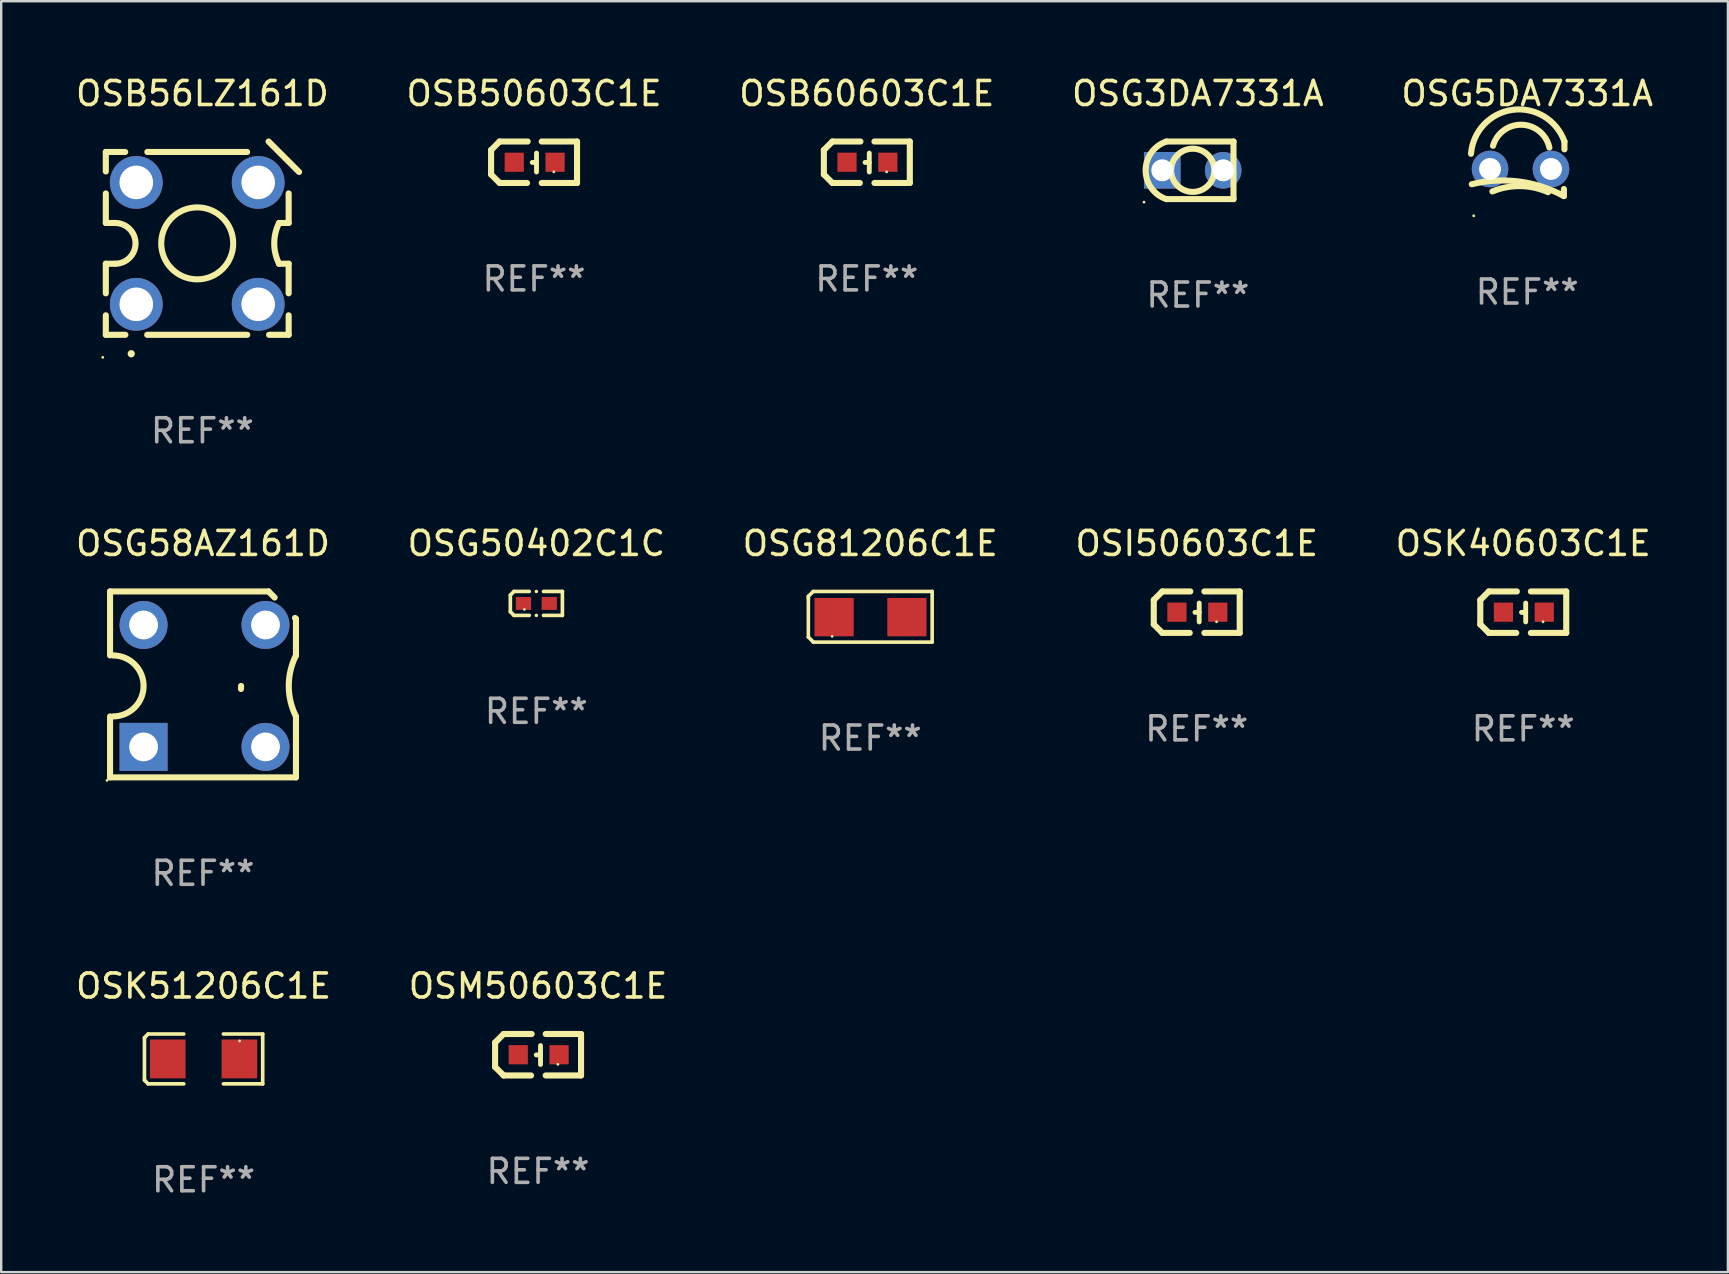
<source format=kicad_pcb>
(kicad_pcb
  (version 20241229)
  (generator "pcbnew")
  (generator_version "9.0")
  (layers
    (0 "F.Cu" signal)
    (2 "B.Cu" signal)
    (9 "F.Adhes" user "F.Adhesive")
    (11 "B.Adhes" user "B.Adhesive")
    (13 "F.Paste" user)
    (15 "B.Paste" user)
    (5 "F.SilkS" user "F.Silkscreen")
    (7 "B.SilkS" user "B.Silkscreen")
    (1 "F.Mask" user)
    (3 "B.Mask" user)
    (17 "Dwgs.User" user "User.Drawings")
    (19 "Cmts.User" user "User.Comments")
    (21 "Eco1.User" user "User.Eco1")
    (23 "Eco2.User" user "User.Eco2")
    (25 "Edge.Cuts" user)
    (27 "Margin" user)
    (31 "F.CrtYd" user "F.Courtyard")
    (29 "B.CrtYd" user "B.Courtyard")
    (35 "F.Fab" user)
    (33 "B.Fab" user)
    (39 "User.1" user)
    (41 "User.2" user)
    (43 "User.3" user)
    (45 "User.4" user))
  (footprint "OSG58AZ161D"
    (layer "F.Cu")
    (at 5.411 25.474)
    (property "Reference" "OSG58AZ161D" (at 0 -5.874 0) (layer "F.SilkS") (effects (font (size 1 1) (thickness 0.15))))
    (attr through_hole)
    (fp_line (start -3.874 -3.874) (end 2.731 -3.874) (stroke (width 0.254) (type solid)) (layer "F.SilkS"))
    (fp_line (start -3.874 -1.207) (end -3.874 -3.874) (stroke (width 0.254) (type solid)) (layer "F.SilkS"))
    (fp_line (start -3.874 3.874) (end -3.874 1.334) (stroke (width 0.254) (type solid)) (layer "F.SilkS"))
    (fp_line (start 2.731 -3.874) (end 2.985 -3.62) (stroke (width 0.254) (type solid)) (layer "F.SilkS"))
    (fp_line (start 3.874 -2.731) (end 3.834 -2.77) (stroke (width 0.254) (type solid)) (layer "F.SilkS"))
    (fp_line (start 3.874 -2.731) (end 3.874 -1.207) (stroke (width 0.254) (type solid)) (layer "F.SilkS"))
    (fp_line (start 3.874 1.334) (end 3.874 3.874) (stroke (width 0.254) (type solid)) (layer "F.SilkS"))
    (fp_line (start 3.874 3.874) (end -3.874 3.874) (stroke (width 0.254) (type solid)) (layer "F.SilkS"))
    (fp_arc (start -3.746507 -1.206503) (mid -2.476504 0.0635) (end -3.746507 1.333503) (stroke (width 0.254001) (type solid)) (layer "F.SilkS"))
    (fp_arc (start 1.582245 0.190069) (mid 1.583558 0.12673) (end 1.587503 0.0635) (stroke (width 0.254001) (type solid)) (layer "F.SilkS"))
    (fp_arc (start 3.873508 1.333503) (mid 3.573701 0.0635) (end 3.873508 -1.206502) (stroke (width 0.254001) (type solid)) (layer "F.SilkS"))
    (fp_circle (center -4.001 4.001) (end -3.971 4.001) (stroke (width 0.06) (type solid)) (fill no) (layer "F.SilkS"))
    (fp_text user "REF**" (at 0 7.874 0) (layer "F.Fab") (effects (font (size 1 1) (thickness 0.15))))
    (pad "1" thru_hole rect (at -2.477 2.604) (size 2 2) (drill 1.2) (layers "*.Cu" "*.Mask"))
    (pad "2" thru_hole circle (at 2.604 2.604) (size 2 2) (drill 1.2) (layers "*.Cu" "*.Mask"))
    (pad "3" thru_hole circle (at 2.604 -2.477) (size 2 2) (drill 1.2) (layers "*.Cu" "*.Mask"))
    (pad "4" thru_hole circle (at -2.477 -2.477) (size 2 2) (drill 1.2) (layers "*.Cu" "*.Mask")))
  (footprint "OSI50603C1E"
    (layer "F.Cu")
    (at 46.827 22.464)
    (property "Reference" "OSI50603C1E" (at 0 -2.864 0) (layer "F.SilkS") (effects (font (size 1 1) (thickness 0.15))))
    (attr through_hole)
    (fp_line (start -1.791 -0.508) (end -1.435 -0.864) (stroke (width 0.254) (type solid)) (layer "F.SilkS"))
    (fp_line (start -1.791 0.508) (end -1.791 -0.508) (stroke (width 0.254) (type solid)) (layer "F.SilkS"))
    (fp_line (start -1.435 0.864) (end -1.791 0.508) (stroke (width 0.254) (type solid)) (layer "F.SilkS"))
    (fp_line (start -0.292 0.864) (end -1.435 0.864) (stroke (width 0.254) (type solid)) (layer "F.SilkS"))
    (fp_line (start -0.267 -0.864) (end -1.435 -0.864) (stroke (width 0.254) (type solid)) (layer "F.SilkS"))
    (fp_line (start 0.102 0.008) (end -0.074 0.008) (stroke (width 0.203) (type solid)) (layer "F.SilkS"))
    (fp_line (start 0.102 0.406) (end 0.102 -0.381) (stroke (width 0.203) (type solid)) (layer "F.SilkS"))
    (fp_line (start 1.791 -0.864) (end 0.318 -0.864) (stroke (width 0.254) (type solid)) (layer "F.SilkS"))
    (fp_line (start 1.791 0.864) (end 0.318 0.864) (stroke (width 0.254) (type solid)) (layer "F.SilkS"))
    (fp_line (start 1.791 0.864) (end 1.791 -0.864) (stroke (width 0.254) (type solid)) (layer "F.SilkS"))
    (fp_circle (center 0.825 0.4) (end 0.855 0.4) (stroke (width 0.06) (type solid)) (fill no) (layer "F.SilkS"))
    (fp_text user "REF**" (at 0 4.864 0) (layer "F.Fab") (effects (font (size 1 1) (thickness 0.15))))
    (pad "1" smd rect (at 0.876 0 90) (size 0.8 0.8) (layers "F.Cu" "F.Mask" "F.Paste"))
    (pad "2" smd rect (at -0.826 0 90) (size 0.8 0.8) (layers "F.Cu" "F.Mask" "F.Paste")))
  (footprint "OSB56LZ161D"
    (layer "F.Cu")
    (at 5.387 6.876)
    (property "Reference" "OSB56LZ161D" (at 0 -6.028 0) (layer "F.SilkS") (effects (font (size 1 1) (thickness 0.15))))
    (attr through_hole)
    (fp_line (start -4.027 -3.592) (end -4.027 -2.781) (stroke (width 0.254) (type solid)) (layer "F.SilkS"))
    (fp_line (start -4.027 -1.865) (end -4.027 -0.633) (stroke (width 0.254) (type solid)) (layer "F.SilkS"))
    (fp_line (start -4.027 1.066) (end -4.027 2.299) (stroke (width 0.254) (type solid)) (layer "F.SilkS"))
    (fp_line (start -4.027 3.215) (end -4.027 4.028) (stroke (width 0.254) (type solid)) (layer "F.SilkS"))
    (fp_line (start -4.027 4.028) (end -3.212 4.028) (stroke (width 0.254) (type solid)) (layer "F.SilkS"))
    (fp_line (start -3.628 -0.633) (end -4.027 -0.633) (stroke (width 0.254) (type solid)) (layer "F.SilkS"))
    (fp_line (start -3.628 1.066) (end -4.027 1.066) (stroke (width 0.254) (type solid)) (layer "F.SilkS"))
    (fp_line (start -3.219 -3.592) (end -4.027 -3.592) (stroke (width 0.254) (type solid)) (layer "F.SilkS"))
    (fp_line (start -2.303 4.028) (end 1.868 4.028) (stroke (width 0.254) (type solid)) (layer "F.SilkS"))
    (fp_line (start 1.861 -3.592) (end -2.296 -3.592) (stroke (width 0.254) (type solid)) (layer "F.SilkS"))
    (fp_line (start 2.757 -4.028) (end 4.027 -2.758) (stroke (width 0.254) (type solid)) (layer "F.SilkS"))
    (fp_line (start 2.777 4.028) (end 3.593 4.028) (stroke (width 0.254) (type solid)) (layer "F.SilkS"))
    (fp_line (start 3.193 -0.633) (end 3.593 -0.633) (stroke (width 0.254) (type solid)) (layer "F.SilkS"))
    (fp_line (start 3.193 1.066) (end 3.593 1.066) (stroke (width 0.254) (type solid)) (layer "F.SilkS"))
    (fp_line (start 3.593 -1.865) (end 3.593 -0.633) (stroke (width 0.254) (type solid)) (layer "F.SilkS"))
    (fp_line (start 3.593 1.066) (end 3.593 2.299) (stroke (width 0.254) (type solid)) (layer "F.SilkS"))
    (fp_line (start 3.593 3.215) (end 3.593 4.028) (stroke (width 0.254) (type solid)) (layer "F.SilkS"))
    (fp_arc (start -3.628461 -0.632792) (mid -2.77921 0.216459) (end -3.628461 1.06571) (stroke (width 0.254001) (type solid)) (layer "F.SilkS"))
    (fp_arc (start -2.967475 4.818237) (mid -2.96748 4.816967) (end -2.967475 4.815697) (stroke (width 0.3) (type solid)) (layer "F.SilkS"))
    (fp_arc (start 3.193485 1.06571) (mid 2.993004 0.216459) (end 3.193485 -0.632791) (stroke (width 0.254001) (type solid)) (layer "F.SilkS"))
    (fp_circle (center -4.154 4.967) (end -4.124 4.967) (stroke (width 0.06) (type solid)) (fill no) (layer "F.SilkS"))
    (fp_circle (center -0.217 0.217) (end 1.283 0.217) (stroke (width 0.254) (type solid)) (fill no) (layer "F.SilkS"))
    (fp_text user "REF**" (at 0 8.028 0) (layer "F.Fab") (effects (font (size 1 1) (thickness 0.15))))
    (pad "1" thru_hole circle (at -2.757 2.757) (size 2.2 2.2) (drill 1.4) (layers "*.Cu" "*.Mask"))
    (pad "2" thru_hole circle (at 2.323 2.757) (size 2.2 2.2) (drill 1.4) (layers "*.Cu" "*.Mask"))
    (pad "3" thru_hole circle (at 2.323 -2.323) (size 2.2 2.2) (drill 1.4) (layers "*.Cu" "*.Mask"))
    (pad "4" thru_hole circle (at -2.757 -2.323) (size 2.2 2.2) (drill 1.4) (layers "*.Cu" "*.Mask")))
  (footprint "OSM50603C1E"
    (layer "F.Cu")
    (at 19.375 40.908)
    (property "Reference" "OSM50603C1E" (at 0 -2.864 0) (layer "F.SilkS") (effects (font (size 1 1) (thickness 0.15))))
    (attr through_hole)
    (fp_line (start -1.791 -0.508) (end -1.435 -0.864) (stroke (width 0.254) (type solid)) (layer "F.SilkS"))
    (fp_line (start -1.791 0.508) (end -1.791 -0.508) (stroke (width 0.254) (type solid)) (layer "F.SilkS"))
    (fp_line (start -1.435 0.864) (end -1.791 0.508) (stroke (width 0.254) (type solid)) (layer "F.SilkS"))
    (fp_line (start -0.292 0.864) (end -1.435 0.864) (stroke (width 0.254) (type solid)) (layer "F.SilkS"))
    (fp_line (start -0.267 -0.864) (end -1.435 -0.864) (stroke (width 0.254) (type solid)) (layer "F.SilkS"))
    (fp_line (start 0.102 0.008) (end -0.074 0.008) (stroke (width 0.203) (type solid)) (layer "F.SilkS"))
    (fp_line (start 0.102 0.406) (end 0.102 -0.381) (stroke (width 0.203) (type solid)) (layer "F.SilkS"))
    (fp_line (start 1.791 -0.864) (end 0.318 -0.864) (stroke (width 0.254) (type solid)) (layer "F.SilkS"))
    (fp_line (start 1.791 0.864) (end 0.318 0.864) (stroke (width 0.254) (type solid)) (layer "F.SilkS"))
    (fp_line (start 1.791 0.864) (end 1.791 -0.864) (stroke (width 0.254) (type solid)) (layer "F.SilkS"))
    (fp_circle (center 0.825 0.4) (end 0.855 0.4) (stroke (width 0.06) (type solid)) (fill no) (layer "F.SilkS"))
    (fp_text user "REF**" (at 0 4.864 0) (layer "F.Fab") (effects (font (size 1 1) (thickness 0.15))))
    (pad "1" smd rect (at 0.876 0 90) (size 0.8 0.8) (layers "F.Cu" "F.Mask" "F.Paste"))
    (pad "2" smd rect (at -0.826 0 90) (size 0.8 0.8) (layers "F.Cu" "F.Mask" "F.Paste")))
  (footprint "OSB50603C1E"
    (layer "F.Cu")
    (at 19.208 3.712)
    (property "Reference" "OSB50603C1E" (at 0 -2.864 0) (layer "F.SilkS") (effects (font (size 1 1) (thickness 0.15))))
    (attr through_hole)
    (fp_line (start -1.791 -0.508) (end -1.435 -0.864) (stroke (width 0.254) (type solid)) (layer "F.SilkS"))
    (fp_line (start -1.791 0.508) (end -1.791 -0.508) (stroke (width 0.254) (type solid)) (layer "F.SilkS"))
    (fp_line (start -1.435 0.864) (end -1.791 0.508) (stroke (width 0.254) (type solid)) (layer "F.SilkS"))
    (fp_line (start -0.292 0.864) (end -1.435 0.864) (stroke (width 0.254) (type solid)) (layer "F.SilkS"))
    (fp_line (start -0.267 -0.864) (end -1.435 -0.864) (stroke (width 0.254) (type solid)) (layer "F.SilkS"))
    (fp_line (start 0.102 0.008) (end -0.074 0.008) (stroke (width 0.203) (type solid)) (layer "F.SilkS"))
    (fp_line (start 0.102 0.406) (end 0.102 -0.381) (stroke (width 0.203) (type solid)) (layer "F.SilkS"))
    (fp_line (start 1.791 -0.864) (end 0.318 -0.864) (stroke (width 0.254) (type solid)) (layer "F.SilkS"))
    (fp_line (start 1.791 0.864) (end 0.318 0.864) (stroke (width 0.254) (type solid)) (layer "F.SilkS"))
    (fp_line (start 1.791 0.864) (end 1.791 -0.864) (stroke (width 0.254) (type solid)) (layer "F.SilkS"))
    (fp_circle (center 0.825 0.4) (end 0.855 0.4) (stroke (width 0.06) (type solid)) (fill no) (layer "F.SilkS"))
    (fp_text user "REF**" (at 0 4.864 0) (layer "F.Fab") (effects (font (size 1 1) (thickness 0.15))))
    (pad "1" smd rect (at 0.876 0 90) (size 0.8 0.8) (layers "F.Cu" "F.Mask" "F.Paste"))
    (pad "2" smd rect (at -0.826 0 90) (size 0.8 0.8) (layers "F.Cu" "F.Mask" "F.Paste")))
  (footprint "OSB60603C1E"
    (layer "F.Cu")
    (at 33.077 3.712)
    (property "Reference" "OSB60603C1E" (at 0 -2.864 0) (layer "F.SilkS") (effects (font (size 1 1) (thickness 0.15))))
    (attr through_hole)
    (fp_line (start -1.791 -0.508) (end -1.435 -0.864) (stroke (width 0.254) (type solid)) (layer "F.SilkS"))
    (fp_line (start -1.791 0.508) (end -1.791 -0.508) (stroke (width 0.254) (type solid)) (layer "F.SilkS"))
    (fp_line (start -1.435 0.864) (end -1.791 0.508) (stroke (width 0.254) (type solid)) (layer "F.SilkS"))
    (fp_line (start -0.292 0.864) (end -1.435 0.864) (stroke (width 0.254) (type solid)) (layer "F.SilkS"))
    (fp_line (start -0.267 -0.864) (end -1.435 -0.864) (stroke (width 0.254) (type solid)) (layer "F.SilkS"))
    (fp_line (start 0.102 0.008) (end -0.074 0.008) (stroke (width 0.203) (type solid)) (layer "F.SilkS"))
    (fp_line (start 0.102 0.406) (end 0.102 -0.381) (stroke (width 0.203) (type solid)) (layer "F.SilkS"))
    (fp_line (start 1.791 -0.864) (end 0.318 -0.864) (stroke (width 0.254) (type solid)) (layer "F.SilkS"))
    (fp_line (start 1.791 0.864) (end 0.318 0.864) (stroke (width 0.254) (type solid)) (layer "F.SilkS"))
    (fp_line (start 1.791 0.864) (end 1.791 -0.864) (stroke (width 0.254) (type solid)) (layer "F.SilkS"))
    (fp_circle (center 0.825 0.4) (end 0.855 0.4) (stroke (width 0.06) (type solid)) (fill no) (layer "F.SilkS"))
    (fp_text user "REF**" (at 0 4.864 0) (layer "F.Fab") (effects (font (size 1 1) (thickness 0.15))))
    (pad "1" smd rect (at 0.876 0 90) (size 0.8 0.8) (layers "F.Cu" "F.Mask" "F.Paste"))
    (pad "2" smd rect (at -0.826 0 90) (size 0.8 0.8) (layers "F.Cu" "F.Mask" "F.Paste")))
  (footprint "OSG50402C1C"
    (layer "F.Cu")
    (at 19.304 22.099)
    (property "Reference" "OSG50402C1C" (at 0 -2.499 0) (layer "F.SilkS") (effects (font (size 1 1) (thickness 0.15))))
    (attr through_hole)
    (fp_line (start -1.085 -0.346) (end -0.933 -0.499) (stroke (width 0.152) (type solid)) (layer "F.SilkS"))
    (fp_line (start -1.085 0.346) (end -1.085 -0.346) (stroke (width 0.152) (type solid)) (layer "F.SilkS"))
    (fp_line (start -0.933 -0.499) (end -0.296 -0.499) (stroke (width 0.152) (type solid)) (layer "F.SilkS"))
    (fp_line (start -0.933 0.499) (end -1.085 0.346) (stroke (width 0.152) (type solid)) (layer "F.SilkS"))
    (fp_line (start -0.296 0.499) (end -0.933 0.499) (stroke (width 0.152) (type solid)) (layer "F.SilkS"))
    (fp_line (start 0.296 0.499) (end 1.085 0.499) (stroke (width 0.152) (type solid)) (layer "F.SilkS"))
    (fp_line (start 1.085 -0.499) (end 0.296 -0.499) (stroke (width 0.152) (type solid)) (layer "F.SilkS"))
    (fp_line (start 1.085 0.499) (end 1.085 -0.499) (stroke (width 0.152) (type solid)) (layer "F.SilkS"))
    (fp_circle (center -0.5 0.25) (end -0.47 0.25) (stroke (width 0.06) (type solid)) (fill no) (layer "F.SilkS"))
    (fp_circle (center 0 -0.499) (end 0.038 -0.499) (stroke (width 0.076) (type solid)) (fill no) (layer "F.SilkS"))
    (fp_circle (center 0 0.499) (end 0.038 0.499) (stroke (width 0.076) (type solid)) (fill no) (layer "F.SilkS"))
    (fp_text user "REF**" (at 0 4.499 0) (layer "F.Fab") (effects (font (size 1 1) (thickness 0.15))))
    (pad "1" smd rect (at -0.538 0) (size 0.636 0.54) (layers "F.Cu" "F.Mask" "F.Paste"))
    (pad "2" smd rect (at 0.538 0) (size 0.636 0.54) (layers "F.Cu" "F.Mask" "F.Paste")))
  (footprint "OSG81206C1E"
    (layer "F.Cu")
    (at 33.22 22.656)
    (property "Reference" "OSG81206C1E" (at 0 -3.055 0) (layer "F.SilkS") (effects (font (size 1 1) (thickness 0.15))))
    (attr through_hole)
    (fp_line (start -2.58 -0.855) (end -2.38 -1.055) (stroke (width 0.15) (type solid)) (layer "F.SilkS"))
    (fp_line (start -2.58 -0.775) (end -2.58 -0.855) (stroke (width 0.15) (type solid)) (layer "F.SilkS"))
    (fp_line (start -2.58 -0.775) (end -2.58 0.845) (stroke (width 0.15) (type solid)) (layer "F.SilkS"))
    (fp_line (start -2.58 0.845) (end -2.37 1.055) (stroke (width 0.15) (type solid)) (layer "F.SilkS"))
    (fp_line (start -2.38 -1.055) (end 2.58 -1.055) (stroke (width 0.15) (type solid)) (layer "F.SilkS"))
    (fp_line (start 2.58 -1.055) (end 2.58 1.055) (stroke (width 0.15) (type solid)) (layer "F.SilkS"))
    (fp_line (start 2.58 1.055) (end -2.37 1.055) (stroke (width 0.15) (type solid)) (layer "F.SilkS"))
    (fp_circle (center -1.59 0.815) (end -1.56 0.815) (stroke (width 0.06) (type solid)) (fill no) (layer "F.SilkS"))
    (fp_text user "REF**" (at 0 5.055 0) (layer "F.Fab") (effects (font (size 1 1) (thickness 0.15))))
    (pad "1" smd rect (at -1.507 0.015) (size 1.635 1.6) (layers "F.Cu" "F.Mask" "F.Paste"))
    (pad "2" smd rect (at 1.527 0.015) (size 1.635 1.6) (layers "F.Cu" "F.Mask" "F.Paste")))
  (footprint "OSK40603C1E"
    (layer "F.Cu")
    (at 60.435 22.464)
    (property "Reference" "OSK40603C1E" (at 0 -2.864 0) (layer "F.SilkS") (effects (font (size 1 1) (thickness 0.15))))
    (attr through_hole)
    (fp_line (start -1.791 -0.508) (end -1.435 -0.864) (stroke (width 0.254) (type solid)) (layer "F.SilkS"))
    (fp_line (start -1.791 0.508) (end -1.791 -0.508) (stroke (width 0.254) (type solid)) (layer "F.SilkS"))
    (fp_line (start -1.435 0.864) (end -1.791 0.508) (stroke (width 0.254) (type solid)) (layer "F.SilkS"))
    (fp_line (start -0.292 0.864) (end -1.435 0.864) (stroke (width 0.254) (type solid)) (layer "F.SilkS"))
    (fp_line (start -0.267 -0.864) (end -1.435 -0.864) (stroke (width 0.254) (type solid)) (layer "F.SilkS"))
    (fp_line (start 0.102 0.008) (end -0.074 0.008) (stroke (width 0.203) (type solid)) (layer "F.SilkS"))
    (fp_line (start 0.102 0.406) (end 0.102 -0.381) (stroke (width 0.203) (type solid)) (layer "F.SilkS"))
    (fp_line (start 1.791 -0.864) (end 0.318 -0.864) (stroke (width 0.254) (type solid)) (layer "F.SilkS"))
    (fp_line (start 1.791 0.864) (end 0.318 0.864) (stroke (width 0.254) (type solid)) (layer "F.SilkS"))
    (fp_line (start 1.791 0.864) (end 1.791 -0.864) (stroke (width 0.254) (type solid)) (layer "F.SilkS"))
    (fp_circle (center 0.825 0.4) (end 0.855 0.4) (stroke (width 0.06) (type solid)) (fill no) (layer "F.SilkS"))
    (fp_text user "REF**" (at 0 4.864 0) (layer "F.Fab") (effects (font (size 1 1) (thickness 0.15))))
    (pad "1" smd rect (at 0.876 0 90) (size 0.8 0.8) (layers "F.Cu" "F.Mask" "F.Paste"))
    (pad "2" smd rect (at -0.826 0 90) (size 0.8 0.8) (layers "F.Cu" "F.Mask" "F.Paste")))
  (footprint "OSG5DA7331A"
    (layer "F.Cu")
    (at 60.601 3.985)
    (property "Reference" "OSG5DA7331A" (at 0 -3.137 0) (layer "F.SilkS") (effects (font (size 1 1) (thickness 0.15))))
    (attr through_hole)
    (fp_line (start 1.529 0.842) (end 1.525 1.137) (stroke (width 0.254) (type solid)) (layer "F.SilkS"))
    (fp_line (start 1.55 -1.137) (end 1.55 -0.811) (stroke (width 0.254) (type solid)) (layer "F.SilkS"))
    (fp_arc (start -2.344336 -0.624664) (mid -0.604362 -2.457931) (end 1.550229 -1.136525) (stroke (width 0.254001) (type solid)) (layer "F.SilkS"))
    (fp_arc (start -2.31223 0.643358) (mid -0.347208 0.529557) (end 1.525184 1.136526) (stroke (width 0.254001) (type solid)) (layer "F.SilkS"))
    (fp_arc (start -1.45348 0.944425) (mid -0.289454 0.72139) (end 0.868415 0.974448) (stroke (width 0.254001) (type solid)) (layer "F.SilkS"))
    (fp_arc (start -1.426174 -0.958548) (mid -0.223791 -1.836179) (end 0.922695 -0.88669) (stroke (width 0.254001) (type solid)) (layer "F.SilkS"))
    (fp_circle (center -2.231 1.96) (end -2.201 1.96) (stroke (width 0.06) (type solid)) (fill no) (layer "F.SilkS"))
    (fp_text user "REF**" (at 0 5.137 0) (layer "F.Fab") (effects (font (size 1 1) (thickness 0.15))))
    (pad "1" thru_hole circle (at -1.55 0.008) (size 1.524 1.524) (drill 0.914) (layers "*.Cu" "*.Mask"))
    (pad "2" thru_hole circle (at 0.99 0.008) (size 1.524 1.524) (drill 0.914) (layers "*.Cu" "*.Mask")))
  (footprint "OSK51206C1E"
    (layer "F.Cu")
    (at 5.435 41.083)
    (property "Reference" "OSK51206C1E" (at 0 -3.039 0) (layer "F.SilkS") (effects (font (size 1 1) (thickness 0.15))))
    (attr through_hole)
    (fp_line (start -2.464 -0.886) (end -2.311 -1.039) (stroke (width 0.152) (type solid)) (layer "F.SilkS"))
    (fp_line (start -2.464 0.886) (end -2.464 -0.886) (stroke (width 0.152) (type solid)) (layer "F.SilkS"))
    (fp_line (start -2.311 -1.039) (end -0.826 -1.039) (stroke (width 0.152) (type solid)) (layer "F.SilkS"))
    (fp_line (start -2.311 1.039) (end -2.464 0.886) (stroke (width 0.152) (type solid)) (layer "F.SilkS"))
    (fp_line (start -0.826 1.039) (end -2.311 1.039) (stroke (width 0.152) (type solid)) (layer "F.SilkS"))
    (fp_line (start 0.826 1.039) (end 2.464 1.039) (stroke (width 0.152) (type solid)) (layer "F.SilkS"))
    (fp_line (start 2.464 -1.039) (end 0.826 -1.039) (stroke (width 0.152) (type solid)) (layer "F.SilkS"))
    (fp_line (start 2.464 1.039) (end 2.464 -1.039) (stroke (width 0.152) (type solid)) (layer "F.SilkS"))
    (fp_circle (center 1.5 -0.75) (end 1.53 -0.75) (stroke (width 0.06) (type solid)) (fill no) (layer "F.SilkS"))
    (fp_text user "REF**" (at 0 5.039 0) (layer "F.Fab") (effects (font (size 1 1) (thickness 0.15))))
    (pad "1" smd rect (at 1.493 0) (size 1.485 1.62) (layers "F.Cu" "F.Mask" "F.Paste"))
    (pad "2" smd rect (at -1.493 0) (size 1.485 1.62) (layers "F.Cu" "F.Mask" "F.Paste")))
  (footprint "OSG3DA7331A"
    (layer "F.Cu")
    (at 46.875 4.048)
    (property "Reference" "OSG3DA7331A" (at 0 -3.2 0) (layer "F.SilkS") (effects (font (size 1 1) (thickness 0.15))))
    (attr through_hole)
    (fp_line (start -1.315 -1.2) (end 1.485 -1.2) (stroke (width 0.254) (type solid)) (layer "F.SilkS"))
    (fp_line (start -1.315 1.2) (end 1.485 1.2) (stroke (width 0.254) (type solid)) (layer "F.SilkS"))
    (fp_line (start 1.484 -1.199) (end 1.484 1.199) (stroke (width 0.254) (type solid)) (layer "F.SilkS"))
    (fp_arc (start -1.312967 1.201524) (mid -2.177583 0.001524) (end -1.312967 -1.198476) (stroke (width 0.254001) (type solid)) (layer "F.SilkS"))
    (fp_circle (center -2.247 1.327) (end -2.217 1.327) (stroke (width 0.06) (type solid)) (fill no) (layer "F.SilkS"))
    (fp_circle (center -0.215 0) (end 0.685 0) (stroke (width 0.254) (type solid)) (fill no) (layer "F.SilkS"))
    (fp_text user "REF**" (at 0 5.2 0) (layer "F.Fab") (effects (font (size 1 1) (thickness 0.15))))
    (pad "1" thru_hole rect (at -1.485 0) (size 1.524 1.524) (drill 0.914) (layers "*.Cu" "*.Mask"))
    (pad "2" thru_hole circle (at 1.055 0) (size 1.524 1.524) (drill 0.914) (layers "*.Cu" "*.Mask")))
  (gr_rect
    (start -3 -3)
    (end 68.964 49.97)
    (stroke (width 0.1) (type default))
    (fill no)
    (layer "Edge.Cuts")))
</source>
